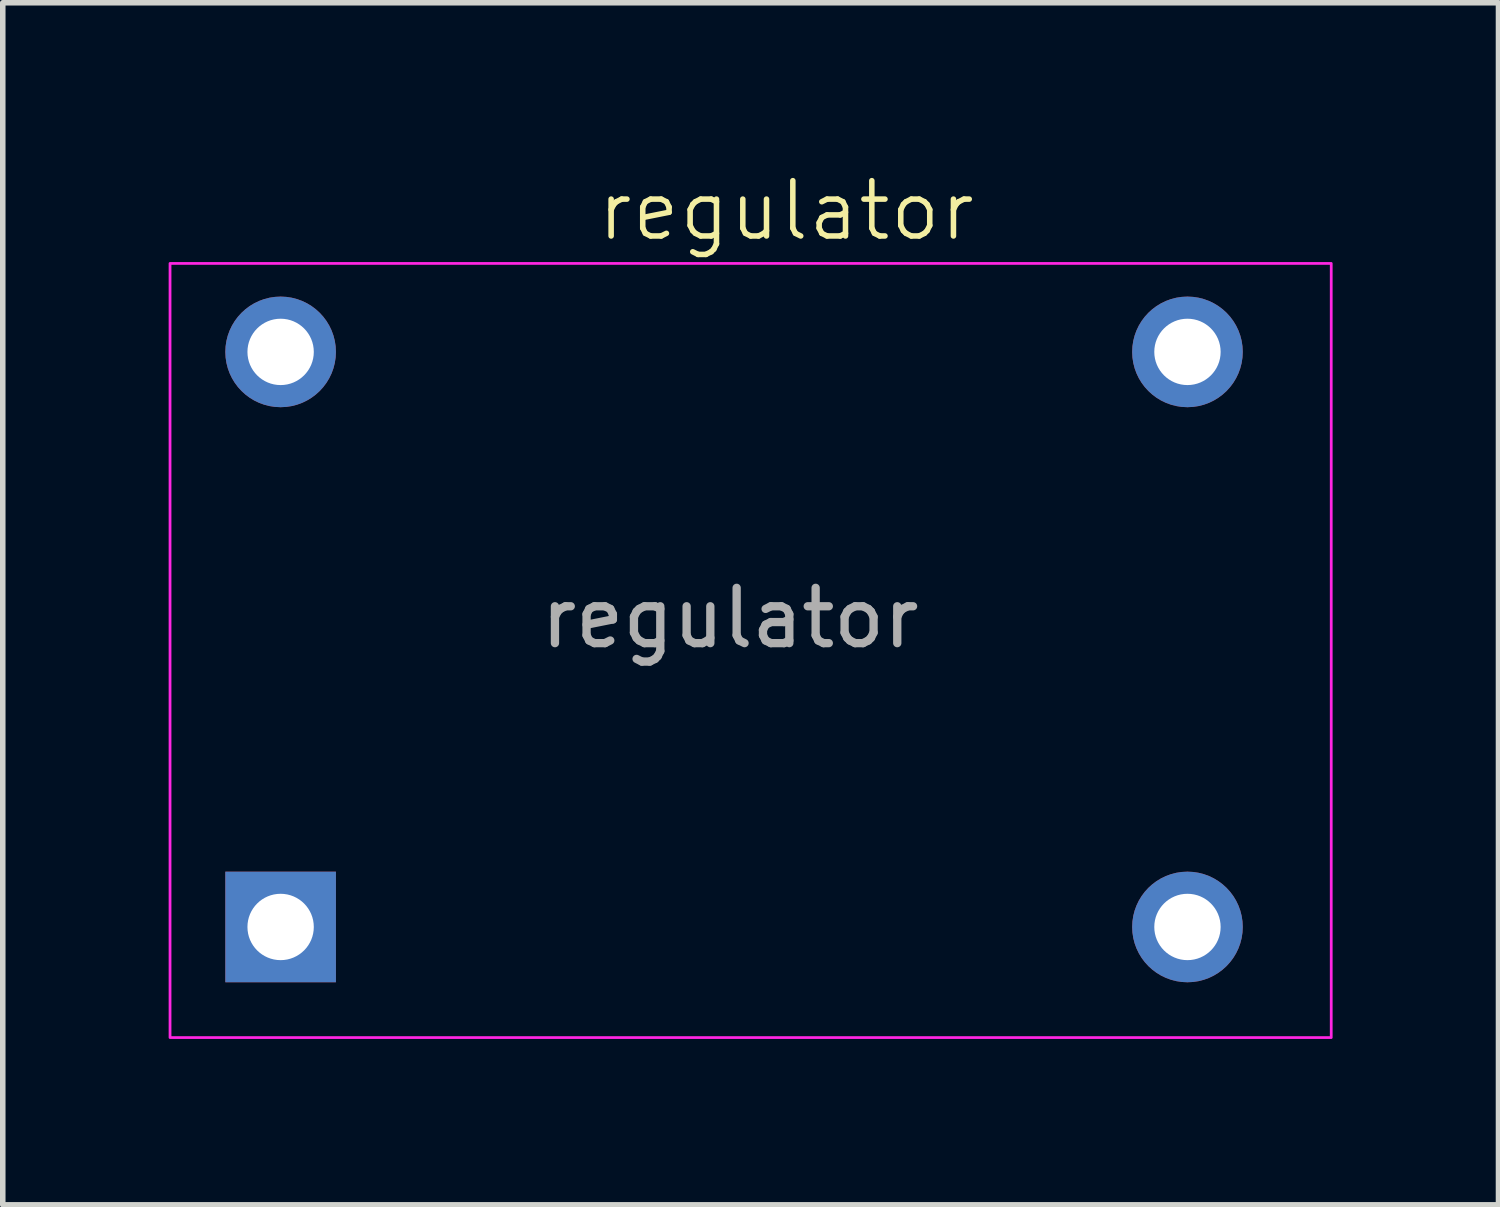
<source format=kicad_pcb>
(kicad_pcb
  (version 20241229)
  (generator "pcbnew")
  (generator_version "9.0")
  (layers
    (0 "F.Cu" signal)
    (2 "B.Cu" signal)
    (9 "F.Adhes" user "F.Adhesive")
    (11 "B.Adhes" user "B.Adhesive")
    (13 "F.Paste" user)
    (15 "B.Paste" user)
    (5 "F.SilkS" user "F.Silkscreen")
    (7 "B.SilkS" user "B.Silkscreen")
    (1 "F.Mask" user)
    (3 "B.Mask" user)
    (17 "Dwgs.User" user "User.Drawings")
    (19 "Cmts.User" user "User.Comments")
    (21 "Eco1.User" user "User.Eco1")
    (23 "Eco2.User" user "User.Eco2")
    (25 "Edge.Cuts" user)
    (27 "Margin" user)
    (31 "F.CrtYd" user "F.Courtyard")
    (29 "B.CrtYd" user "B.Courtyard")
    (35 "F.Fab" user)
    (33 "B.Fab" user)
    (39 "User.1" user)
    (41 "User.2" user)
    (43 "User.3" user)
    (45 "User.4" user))
  (footprint "regulator"
    (layer "F.Cu")
    (at 2.025 13.714)
    (property "Reference" "regulator" (at 9.144 -12.954 0) (unlocked yes) (layer "F.SilkS") (effects (font (size 1 1) (thickness 0.1))))
    (attr smd)
    (fp_rect (start -2 -12) (end 19 2) (stroke (width 0.05) (type default)) (fill no) (layer "F.CrtYd"))
    (fp_text user "${REFERENCE}" (at 8.128 -5.588 0) (unlocked yes) (layer "F.Fab") (effects (font (size 1 1) (thickness 0.15))))
    (pad "1" thru_hole rect (at 0 0 90) (size 2 2) (drill 1.2) (layers "*.Cu" "*.Mask"))
    (pad "2" thru_hole circle (at 0 -10.4 90) (size 2 2) (drill 1.2) (layers "*.Cu" "*.Mask"))
    (pad "3" thru_hole circle (at 16.4 0 91.02) (size 2 2) (drill 1.2) (layers "*.Cu" "*.Mask"))
    (pad "4" thru_hole circle (at 16.4 -10.4 90) (size 2 2) (drill 1.2) (layers "*.Cu" "*.Mask")))
  (gr_rect
    (start -3 -3)
    (end 24.05 18.739)
    (stroke (width 0.1) (type default))
    (fill no)
    (layer "Edge.Cuts")))
</source>
